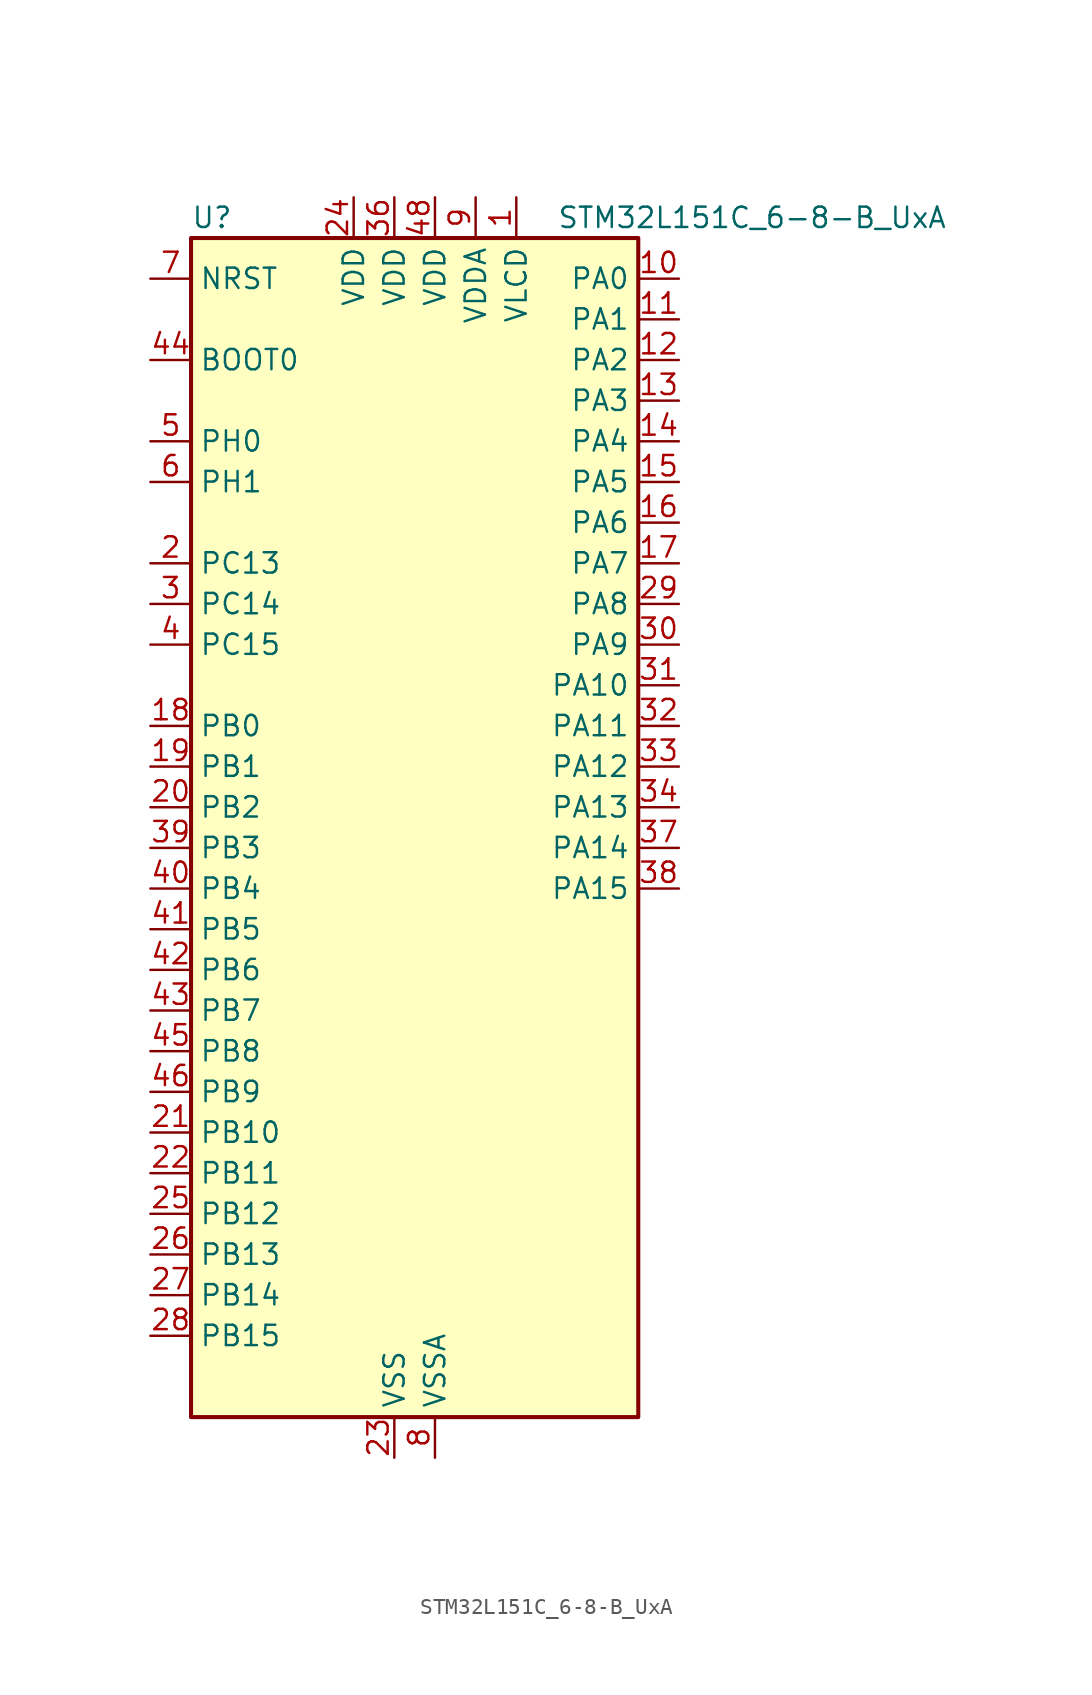
<source format=kicad_sym>
(kicad_symbol_lib
  (version 20231120)
  (generator "kicad-library-utils")
  (generator_version "8.0")
  (symbol "STM32L151C_6-8-B_UxA"
    (property "Reference" "U"
      (at -12.7 39.37 0)
      (effects (font (size 1.27 1.27)) (justify left)))
    (property "Value" "STM32L151C_6-8-B_UxA"
      (at 10.16 39.37 0)
      (effects (font (size 1.27 1.27)) (justify left)))
    (symbol "STM32L151C_6-8-B_UxA_0_1"
      (rectangle (start -12.7 -35.56) (end 15.24 38.1) (stroke (width 0.254) (type default)) (fill (type background))))
    (symbol "STM32L151C_6-8-B_UxA_1_1"
      (pin power_in line (at 7.62 40.64 270) (length 2.54) (name "VLCD" (effects (font (size 1.27 1.27)))) (number "1" (effects (font (size 1.27 1.27)))))
      (pin bidirectional line (at 17.78 35.56 180) (length 2.54) (name "PA0" (effects (font (size 1.27 1.27)))) (number "10" (effects (font (size 1.27 1.27)))) (alternate "ADC_IN0" bidirectional line) (alternate "COMP1_INP" bidirectional line) (alternate "RTC_TAMP2" bidirectional line) (alternate "SYS_WKUP1" bidirectional line) (alternate "TIM2_CH1" bidirectional line) (alternate "TIM2_ETR" bidirectional line) (alternate "TIMX_IC1" bidirectional line) (alternate "TS_G1_IO1" bidirectional line) (alternate "USART2_CTS" bidirectional line))
      (pin bidirectional line (at 17.78 33.02 180) (length 2.54) (name "PA1" (effects (font (size 1.27 1.27)))) (number "11" (effects (font (size 1.27 1.27)))) (alternate "ADC_IN1" bidirectional line) (alternate "COMP1_INP" bidirectional line) (alternate "TIM2_CH2" bidirectional line) (alternate "TIMX_IC2" bidirectional line) (alternate "TS_G1_IO2" bidirectional line) (alternate "USART2_RTS" bidirectional line))
      (pin bidirectional line (at 17.78 30.48 180) (length 2.54) (name "PA2" (effects (font (size 1.27 1.27)))) (number "12" (effects (font (size 1.27 1.27)))) (alternate "ADC_IN2" bidirectional line) (alternate "COMP1_INP" bidirectional line) (alternate "TIM2_CH3" bidirectional line) (alternate "TIM9_CH1" bidirectional line) (alternate "TIMX_IC3" bidirectional line) (alternate "TS_G1_IO3" bidirectional line) (alternate "USART2_TX" bidirectional line))
      (pin bidirectional line (at 17.78 27.94 180) (length 2.54) (name "PA3" (effects (font (size 1.27 1.27)))) (number "13" (effects (font (size 1.27 1.27)))) (alternate "ADC_IN3" bidirectional line) (alternate "COMP1_INP" bidirectional line) (alternate "TIM2_CH4" bidirectional line) (alternate "TIM9_CH2" bidirectional line) (alternate "TIMX_IC4" bidirectional line) (alternate "TS_G1_IO4" bidirectional line) (alternate "USART2_RX" bidirectional line))
      (pin bidirectional line (at 17.78 25.4 180) (length 2.54) (name "PA4" (effects (font (size 1.27 1.27)))) (number "14" (effects (font (size 1.27 1.27)))) (alternate "ADC_IN4" bidirectional line) (alternate "COMP1_INP" bidirectional line) (alternate "DAC_OUT1" bidirectional line) (alternate "SPI1_NSS" bidirectional line) (alternate "TIMX_IC1" bidirectional line) (alternate "USART2_CK" bidirectional line))
      (pin bidirectional line (at 17.78 22.86 180) (length 2.54) (name "PA5" (effects (font (size 1.27 1.27)))) (number "15" (effects (font (size 1.27 1.27)))) (alternate "ADC_IN5" bidirectional line) (alternate "COMP1_INP" bidirectional line) (alternate "DAC_OUT2" bidirectional line) (alternate "SPI1_SCK" bidirectional line) (alternate "TIM2_CH1" bidirectional line) (alternate "TIM2_ETR" bidirectional line) (alternate "TIMX_IC2" bidirectional line))
      (pin bidirectional line (at 17.78 20.32 180) (length 2.54) (name "PA6" (effects (font (size 1.27 1.27)))) (number "16" (effects (font (size 1.27 1.27)))) (alternate "ADC_IN6" bidirectional line) (alternate "COMP1_INP" bidirectional line) (alternate "SPI1_MISO" bidirectional line) (alternate "TIM10_CH1" bidirectional line) (alternate "TIM3_CH1" bidirectional line) (alternate "TIMX_IC3" bidirectional line) (alternate "TS_G2_IO1" bidirectional line))
      (pin bidirectional line (at 17.78 17.78 180) (length 2.54) (name "PA7" (effects (font (size 1.27 1.27)))) (number "17" (effects (font (size 1.27 1.27)))) (alternate "ADC_IN7" bidirectional line) (alternate "COMP1_INP" bidirectional line) (alternate "SPI1_MOSI" bidirectional line) (alternate "TIM11_CH1" bidirectional line) (alternate "TIM3_CH2" bidirectional line) (alternate "TIMX_IC4" bidirectional line) (alternate "TS_G2_IO2" bidirectional line))
      (pin bidirectional line (at -15.24 7.62 0) (length 2.54) (name "PB0" (effects (font (size 1.27 1.27)))) (number "18" (effects (font (size 1.27 1.27)))) (alternate "ADC_IN8" bidirectional line) (alternate "COMP1_INP" bidirectional line) (alternate "SYS_V_REF_OUT" bidirectional line) (alternate "TIM3_CH3" bidirectional line) (alternate "TS_G3_IO1" bidirectional line))
      (pin bidirectional line (at -15.24 5.08 0) (length 2.54) (name "PB1" (effects (font (size 1.27 1.27)))) (number "19" (effects (font (size 1.27 1.27)))) (alternate "ADC_IN9" bidirectional line) (alternate "COMP1_INP" bidirectional line) (alternate "SYS_V_REF_OUT" bidirectional line) (alternate "TIM3_CH4" bidirectional line) (alternate "TS_G3_IO2" bidirectional line))
      (pin bidirectional line (at -15.24 17.78 0) (length 2.54) (name "PC13" (effects (font (size 1.27 1.27)))) (number "2" (effects (font (size 1.27 1.27)))) (alternate "RTC_OUT_ALARM" bidirectional line) (alternate "RTC_OUT_CALIB" bidirectional line) (alternate "RTC_TAMP1" bidirectional line) (alternate "RTC_TS" bidirectional line) (alternate "SYS_WKUP2" bidirectional line) (alternate "TIMX_IC2" bidirectional line))
      (pin bidirectional line (at -15.24 2.54 0) (length 2.54) (name "PB2" (effects (font (size 1.27 1.27)))) (number "20" (effects (font (size 1.27 1.27)))) (alternate "TS_G3_IO3" bidirectional line))
      (pin bidirectional line (at -15.24 -17.78 0) (length 2.54) (name "PB10" (effects (font (size 1.27 1.27)))) (number "21" (effects (font (size 1.27 1.27)))) (alternate "I2C2_SCL" bidirectional line) (alternate "TIM2_CH3" bidirectional line) (alternate "USART3_TX" bidirectional line))
      (pin bidirectional line (at -15.24 -20.32 0) (length 2.54) (name "PB11" (effects (font (size 1.27 1.27)))) (number "22" (effects (font (size 1.27 1.27)))) (alternate "ADC_EXTI11" bidirectional line) (alternate "I2C2_SDA" bidirectional line) (alternate "TIM2_CH4" bidirectional line) (alternate "USART3_RX" bidirectional line))
      (pin power_in line (at 0 -38.1 90) (length 2.54) (name "VSS" (effects (font (size 1.27 1.27)))) (number "23" (effects (font (size 1.27 1.27)))))
      (pin power_in line (at -2.54 40.64 270) (length 2.54) (name "VDD" (effects (font (size 1.27 1.27)))) (number "24" (effects (font (size 1.27 1.27)))))
      (pin bidirectional line (at -15.24 -22.86 0) (length 2.54) (name "PB12" (effects (font (size 1.27 1.27)))) (number "25" (effects (font (size 1.27 1.27)))) (alternate "ADC_IN18" bidirectional line) (alternate "COMP1_INP" bidirectional line) (alternate "I2C2_SMBA" bidirectional line) (alternate "SPI2_NSS" bidirectional line) (alternate "TIM10_CH1" bidirectional line) (alternate "TS_G7_IO1" bidirectional line) (alternate "USART3_CK" bidirectional line))
      (pin bidirectional line (at -15.24 -25.4 0) (length 2.54) (name "PB13" (effects (font (size 1.27 1.27)))) (number "26" (effects (font (size 1.27 1.27)))) (alternate "ADC_IN19" bidirectional line) (alternate "COMP1_INP" bidirectional line) (alternate "SPI2_SCK" bidirectional line) (alternate "TIM9_CH1" bidirectional line) (alternate "TS_G7_IO2" bidirectional line) (alternate "USART3_CTS" bidirectional line))
      (pin bidirectional line (at -15.24 -27.94 0) (length 2.54) (name "PB14" (effects (font (size 1.27 1.27)))) (number "27" (effects (font (size 1.27 1.27)))) (alternate "ADC_IN20" bidirectional line) (alternate "COMP1_INP" bidirectional line) (alternate "SPI2_MISO" bidirectional line) (alternate "TIM9_CH2" bidirectional line) (alternate "TS_G7_IO3" bidirectional line) (alternate "USART3_RTS" bidirectional line))
      (pin bidirectional line (at -15.24 -30.48 0) (length 2.54) (name "PB15" (effects (font (size 1.27 1.27)))) (number "28" (effects (font (size 1.27 1.27)))) (alternate "ADC_EXTI15" bidirectional line) (alternate "ADC_IN21" bidirectional line) (alternate "COMP1_INP" bidirectional line) (alternate "RTC_REFIN" bidirectional line) (alternate "SPI2_MOSI" bidirectional line) (alternate "TIM11_CH1" bidirectional line) (alternate "TS_G7_IO4" bidirectional line))
      (pin bidirectional line (at 17.78 15.24 180) (length 2.54) (name "PA8" (effects (font (size 1.27 1.27)))) (number "29" (effects (font (size 1.27 1.27)))) (alternate "RCC_MCO" bidirectional line) (alternate "TIMX_IC1" bidirectional line) (alternate "TS_G4_IO1" bidirectional line) (alternate "USART1_CK" bidirectional line))
      (pin bidirectional line (at -15.24 15.24 0) (length 2.54) (name "PC14" (effects (font (size 1.27 1.27)))) (number "3" (effects (font (size 1.27 1.27)))) (alternate "RCC_OSC32_IN" bidirectional line) (alternate "TIMX_IC3" bidirectional line))
      (pin bidirectional line (at 17.78 12.7 180) (length 2.54) (name "PA9" (effects (font (size 1.27 1.27)))) (number "30" (effects (font (size 1.27 1.27)))) (alternate "DAC_EXTI9" bidirectional line) (alternate "TIMX_IC2" bidirectional line) (alternate "TS_G4_IO2" bidirectional line) (alternate "USART1_TX" bidirectional line))
      (pin bidirectional line (at 17.78 10.16 180) (length 2.54) (name "PA10" (effects (font (size 1.27 1.27)))) (number "31" (effects (font (size 1.27 1.27)))) (alternate "TIMX_IC3" bidirectional line) (alternate "TS_G4_IO3" bidirectional line) (alternate "USART1_RX" bidirectional line))
      (pin bidirectional line (at 17.78 7.62 180) (length 2.54) (name "PA11" (effects (font (size 1.27 1.27)))) (number "32" (effects (font (size 1.27 1.27)))) (alternate "ADC_EXTI11" bidirectional line) (alternate "SPI1_MISO" bidirectional line) (alternate "TIMX_IC4" bidirectional line) (alternate "USART1_CTS" bidirectional line) (alternate "USB_DM" bidirectional line))
      (pin bidirectional line (at 17.78 5.08 180) (length 2.54) (name "PA12" (effects (font (size 1.27 1.27)))) (number "33" (effects (font (size 1.27 1.27)))) (alternate "SPI1_MOSI" bidirectional line) (alternate "TIMX_IC1" bidirectional line) (alternate "USART1_RTS" bidirectional line) (alternate "USB_DP" bidirectional line))
      (pin bidirectional line (at 17.78 2.54 180) (length 2.54) (name "PA13" (effects (font (size 1.27 1.27)))) (number "34" (effects (font (size 1.27 1.27)))) (alternate "SYS_JTMS-SWDIO" bidirectional line) (alternate "TIMX_IC2" bidirectional line) (alternate "TS_G5_IO1" bidirectional line))
      (pin passive line (at 0 -38.1 90) (length 2.54) hide (name "VSS" (effects (font (size 1.27 1.27)))) (number "35" (effects (font (size 1.27 1.27)))))
      (pin power_in line (at 0 40.64 270) (length 2.54) (name "VDD" (effects (font (size 1.27 1.27)))) (number "36" (effects (font (size 1.27 1.27)))))
      (pin bidirectional line (at 17.78 0 180) (length 2.54) (name "PA14" (effects (font (size 1.27 1.27)))) (number "37" (effects (font (size 1.27 1.27)))) (alternate "SYS_JTCK-SWCLK" bidirectional line) (alternate "TIMX_IC3" bidirectional line) (alternate "TS_G5_IO2" bidirectional line))
      (pin bidirectional line (at 17.78 -2.54 180) (length 2.54) (name "PA15" (effects (font (size 1.27 1.27)))) (number "38" (effects (font (size 1.27 1.27)))) (alternate "ADC_EXTI15" bidirectional line) (alternate "SPI1_NSS" bidirectional line) (alternate "SYS_JTDI" bidirectional line) (alternate "TIM2_CH1" bidirectional line) (alternate "TIM2_ETR" bidirectional line) (alternate "TIMX_IC4" bidirectional line) (alternate "TS_G5_IO3" bidirectional line))
      (pin bidirectional line (at -15.24 0 0) (length 2.54) (name "PB3" (effects (font (size 1.27 1.27)))) (number "39" (effects (font (size 1.27 1.27)))) (alternate "COMP2_INM" bidirectional line) (alternate "SPI1_SCK" bidirectional line) (alternate "SYS_JTDO-TRACESWO" bidirectional line) (alternate "TIM2_CH2" bidirectional line))
      (pin bidirectional line (at -15.24 12.7 0) (length 2.54) (name "PC15" (effects (font (size 1.27 1.27)))) (number "4" (effects (font (size 1.27 1.27)))) (alternate "ADC_EXTI15" bidirectional line) (alternate "RCC_OSC32_OUT" bidirectional line) (alternate "TIMX_IC4" bidirectional line))
      (pin bidirectional line (at -15.24 -2.54 0) (length 2.54) (name "PB4" (effects (font (size 1.27 1.27)))) (number "40" (effects (font (size 1.27 1.27)))) (alternate "COMP2_INP" bidirectional line) (alternate "SPI1_MISO" bidirectional line) (alternate "SYS_JTRST" bidirectional line) (alternate "TIM3_CH1" bidirectional line) (alternate "TS_G6_IO1" bidirectional line))
      (pin bidirectional line (at -15.24 -5.08 0) (length 2.54) (name "PB5" (effects (font (size 1.27 1.27)))) (number "41" (effects (font (size 1.27 1.27)))) (alternate "COMP2_INP" bidirectional line) (alternate "I2C1_SMBA" bidirectional line) (alternate "SPI1_MOSI" bidirectional line) (alternate "TIM3_CH2" bidirectional line) (alternate "TS_G6_IO2" bidirectional line))
      (pin bidirectional line (at -15.24 -7.62 0) (length 2.54) (name "PB6" (effects (font (size 1.27 1.27)))) (number "42" (effects (font (size 1.27 1.27)))) (alternate "I2C1_SCL" bidirectional line) (alternate "TIM4_CH1" bidirectional line) (alternate "TS_G6_IO3" bidirectional line) (alternate "USART1_TX" bidirectional line))
      (pin bidirectional line (at -15.24 -10.16 0) (length 2.54) (name "PB7" (effects (font (size 1.27 1.27)))) (number "43" (effects (font (size 1.27 1.27)))) (alternate "I2C1_SDA" bidirectional line) (alternate "SYS_PVD_IN" bidirectional line) (alternate "TIM4_CH2" bidirectional line) (alternate "TS_G6_IO4" bidirectional line) (alternate "USART1_RX" bidirectional line))
      (pin input line (at -15.24 30.48 0) (length 2.54) (name "BOOT0" (effects (font (size 1.27 1.27)))) (number "44" (effects (font (size 1.27 1.27)))))
      (pin bidirectional line (at -15.24 -12.7 0) (length 2.54) (name "PB8" (effects (font (size 1.27 1.27)))) (number "45" (effects (font (size 1.27 1.27)))) (alternate "I2C1_SCL" bidirectional line) (alternate "TIM10_CH1" bidirectional line) (alternate "TIM4_CH3" bidirectional line))
      (pin bidirectional line (at -15.24 -15.24 0) (length 2.54) (name "PB9" (effects (font (size 1.27 1.27)))) (number "46" (effects (font (size 1.27 1.27)))) (alternate "DAC_EXTI9" bidirectional line) (alternate "I2C1_SDA" bidirectional line) (alternate "TIM11_CH1" bidirectional line) (alternate "TIM4_CH4" bidirectional line))
      (pin passive line (at 0 -38.1 90) (length 2.54) hide (name "VSS" (effects (font (size 1.27 1.27)))) (number "47" (effects (font (size 1.27 1.27)))))
      (pin power_in line (at 2.54 40.64 270) (length 2.54) (name "VDD" (effects (font (size 1.27 1.27)))) (number "48" (effects (font (size 1.27 1.27)))))
      (pin passive line (at 0 -38.1 90) (length 2.54) hide (name "VSS" (effects (font (size 1.27 1.27)))) (number "49" (effects (font (size 1.27 1.27)))))
      (pin bidirectional line (at -15.24 25.4 0) (length 2.54) (name "PH0" (effects (font (size 1.27 1.27)))) (number "5" (effects (font (size 1.27 1.27)))) (alternate "RCC_OSC_IN" bidirectional line))
      (pin bidirectional line (at -15.24 22.86 0) (length 2.54) (name "PH1" (effects (font (size 1.27 1.27)))) (number "6" (effects (font (size 1.27 1.27)))) (alternate "RCC_OSC_OUT" bidirectional line))
      (pin input line (at -15.24 35.56 0) (length 2.54) (name "NRST" (effects (font (size 1.27 1.27)))) (number "7" (effects (font (size 1.27 1.27)))))
      (pin power_in line (at 2.54 -38.1 90) (length 2.54) (name "VSSA" (effects (font (size 1.27 1.27)))) (number "8" (effects (font (size 1.27 1.27)))))
      (pin power_in line (at 5.08 40.64 270) (length 2.54) (name "VDDA" (effects (font (size 1.27 1.27)))) (number "9" (effects (font (size 1.27 1.27))))))))
</source>
